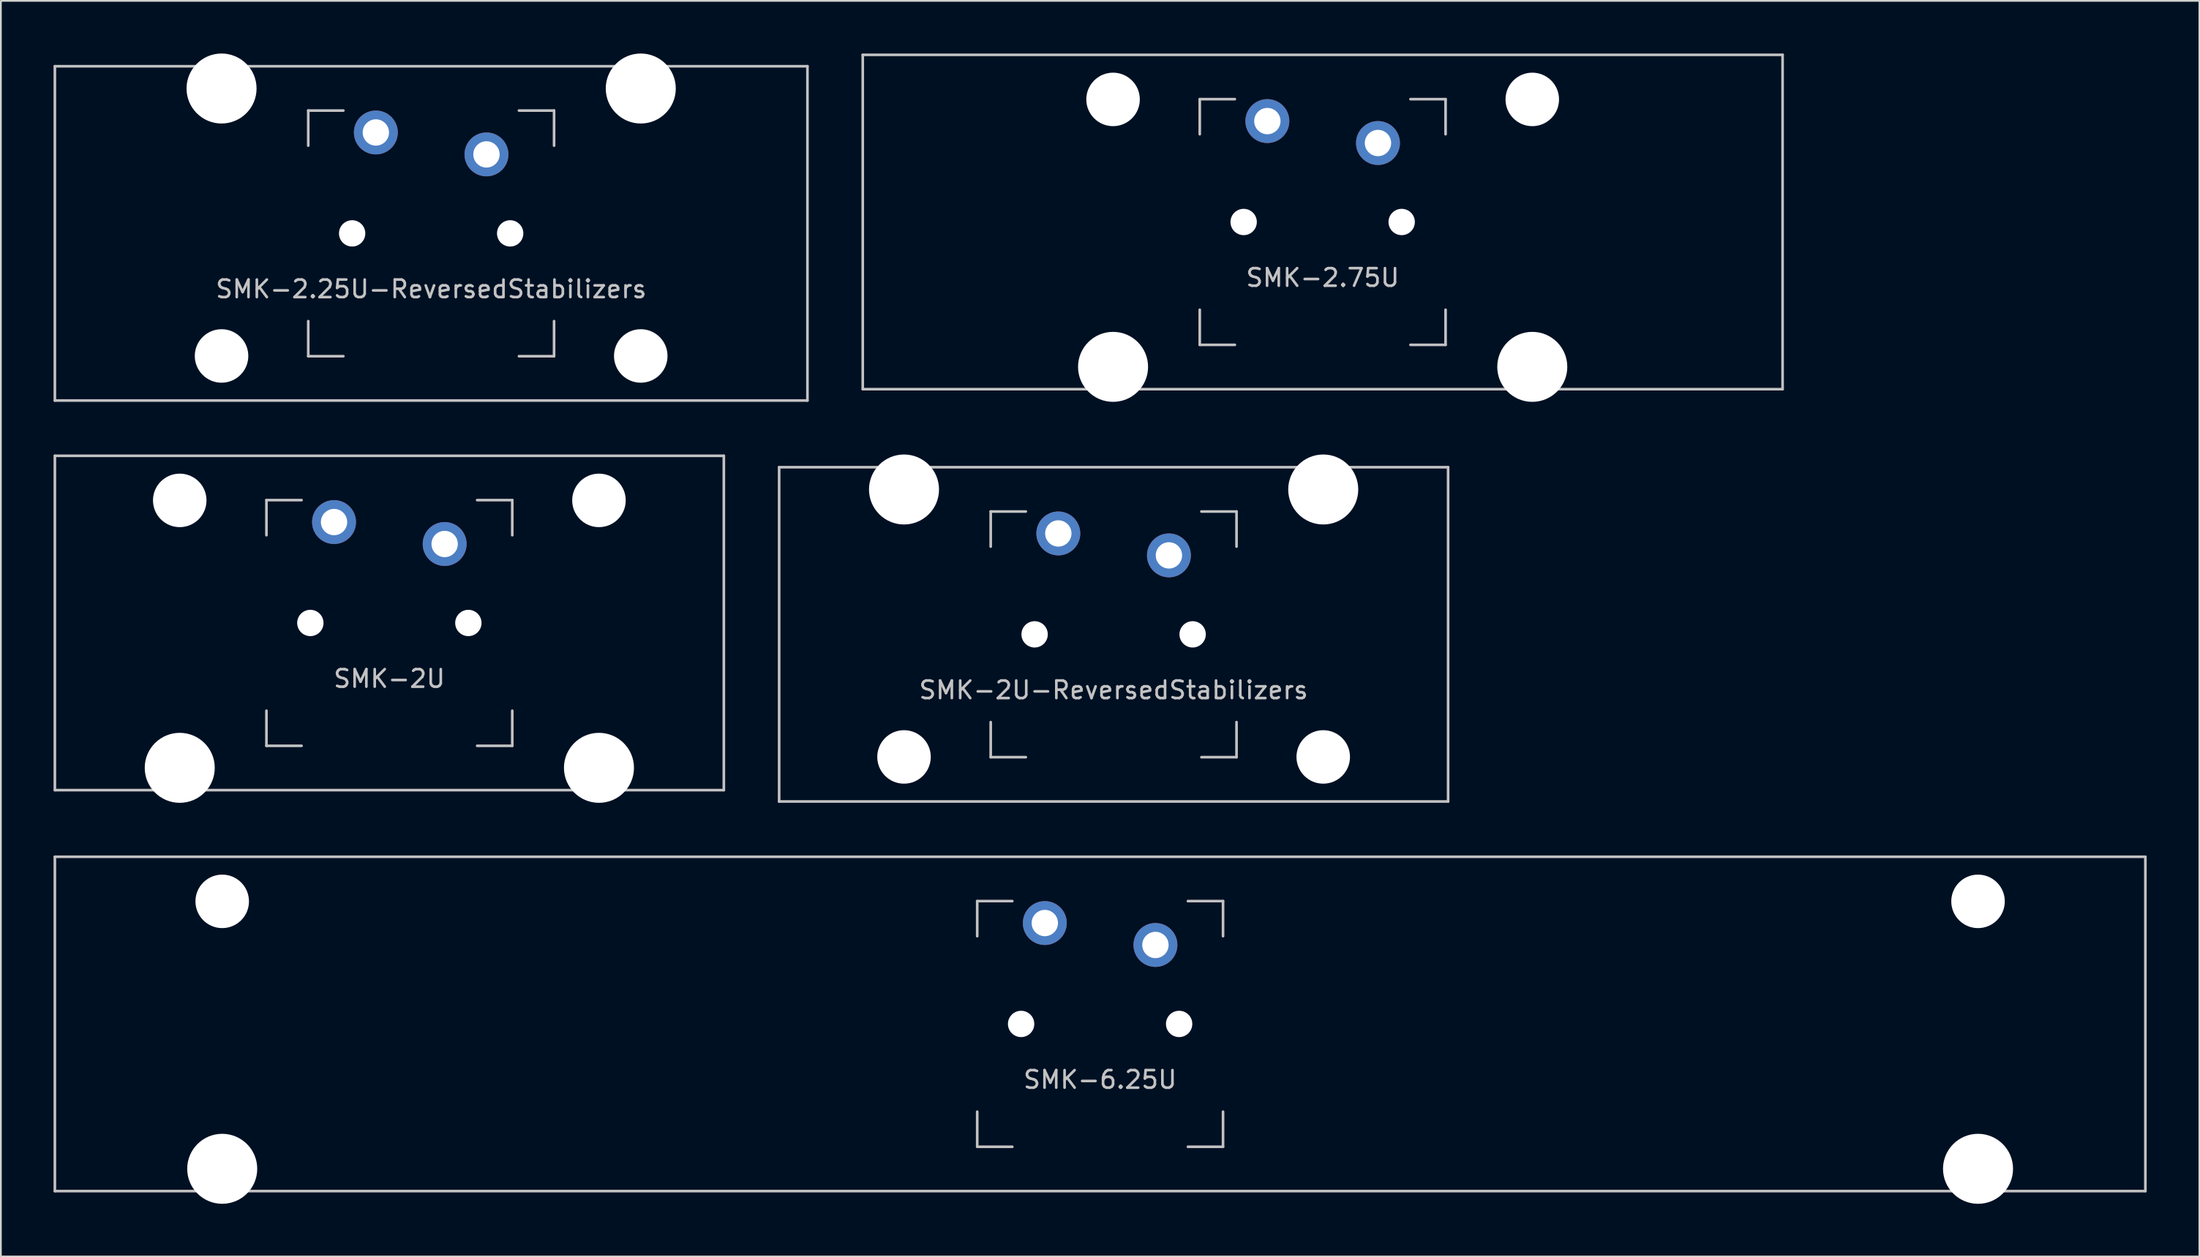
<source format=kicad_pcb>
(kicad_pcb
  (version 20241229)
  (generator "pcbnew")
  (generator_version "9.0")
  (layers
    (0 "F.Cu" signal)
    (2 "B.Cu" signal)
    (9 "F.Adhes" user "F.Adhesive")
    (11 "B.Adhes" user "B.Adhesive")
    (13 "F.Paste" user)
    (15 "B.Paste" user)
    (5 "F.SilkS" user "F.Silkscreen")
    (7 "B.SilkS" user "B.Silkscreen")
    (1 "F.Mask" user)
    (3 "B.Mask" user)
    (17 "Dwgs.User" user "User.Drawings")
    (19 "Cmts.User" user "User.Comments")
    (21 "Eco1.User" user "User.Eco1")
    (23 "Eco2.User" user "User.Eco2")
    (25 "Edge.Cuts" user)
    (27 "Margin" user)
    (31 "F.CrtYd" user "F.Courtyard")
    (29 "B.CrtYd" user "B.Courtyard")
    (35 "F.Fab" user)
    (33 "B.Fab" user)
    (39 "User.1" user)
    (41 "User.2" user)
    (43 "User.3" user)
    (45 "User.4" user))
  (footprint "SMK-6.25U"
    (layer "F.Cu")
    (at 59.606 55.298)
    (property "Reference" "SMK-6.25U" (at 0 3.175 0) (layer "Dwgs.User") (effects (font (size 1 1) (thickness 0.15))))
    (attr through_hole)
    (fp_line (start -59.531 -9.525) (end 59.531 -9.525) (stroke (width 0.15) (type solid)) (layer "Dwgs.User"))
    (fp_line (start -59.531 9.525) (end -59.531 -9.525) (stroke (width 0.15) (type solid)) (layer "Dwgs.User"))
    (fp_line (start -59.531 9.525) (end 59.531 9.525) (stroke (width 0.15) (type solid)) (layer "Dwgs.User"))
    (fp_line (start -7 -7) (end -7 -5) (stroke (width 0.15) (type solid)) (layer "Dwgs.User"))
    (fp_line (start -7 5) (end -7 7) (stroke (width 0.15) (type solid)) (layer "Dwgs.User"))
    (fp_line (start -7 7) (end -5 7) (stroke (width 0.15) (type solid)) (layer "Dwgs.User"))
    (fp_line (start -5 -7) (end -7 -7) (stroke (width 0.15) (type solid)) (layer "Dwgs.User"))
    (fp_line (start 5 -7) (end 7 -7) (stroke (width 0.15) (type solid)) (layer "Dwgs.User"))
    (fp_line (start 5 7) (end 7 7) (stroke (width 0.15) (type solid)) (layer "Dwgs.User"))
    (fp_line (start 7 -7) (end 7 -5) (stroke (width 0.15) (type solid)) (layer "Dwgs.User"))
    (fp_line (start 7 7) (end 7 5) (stroke (width 0.15) (type solid)) (layer "Dwgs.User"))
    (fp_line (start 59.531 -9.525) (end 59.531 9.525) (stroke (width 0.15) (type solid)) (layer "Dwgs.User"))
    (pad "" np_thru_hole circle (at -50 -6.985) (size 3.048 3.048) (drill 3.048) (layers "*.Cu" "*.Mask"))
    (pad "" np_thru_hole circle (at -50 8.255) (size 3.988 3.988) (drill 3.988) (layers "*.Cu" "*.Mask"))
    (pad "" np_thru_hole circle (at -4.5 0) (size 1.5 1.5) (drill 1.5) (layers "*.Cu" "*.Mask"))
    (pad "" np_thru_hole circle (at 4.5 0) (size 1.5 1.5) (drill 1.5) (layers "*.Cu" "*.Mask"))
    (pad "" np_thru_hole circle (at 50 -6.985) (size 3.048 3.048) (drill 3.048) (layers "*.Cu" "*.Mask"))
    (pad "" np_thru_hole circle (at 50 8.255) (size 3.988 3.988) (drill 3.988) (layers "*.Cu" "*.Mask"))
    (pad "SW1" thru_hole circle (at -3.15 -5.75) (size 2.5 2.5) (drill 1.5) (layers "*.Cu" "*.Mask"))
    (pad "SW2" thru_hole circle (at 3.15 -4.5) (size 2.5 2.5) (drill 1.5) (layers "*.Cu" "*.Mask")))
  (footprint "SMK-2U"
    (layer "F.Cu")
    (at 19.125 32.449)
    (property "Reference" "SMK-2U" (at 0 3.175 0) (layer "Dwgs.User") (effects (font (size 1 1) (thickness 0.15))))
    (attr through_hole)
    (fp_line (start -19.05 -9.525) (end 19.05 -9.525) (stroke (width 0.15) (type solid)) (layer "Dwgs.User"))
    (fp_line (start -19.05 9.525) (end -19.05 -9.525) (stroke (width 0.15) (type solid)) (layer "Dwgs.User"))
    (fp_line (start -19.05 9.525) (end 19.05 9.525) (stroke (width 0.15) (type solid)) (layer "Dwgs.User"))
    (fp_line (start -7 -7) (end -7 -5) (stroke (width 0.15) (type solid)) (layer "Dwgs.User"))
    (fp_line (start -7 5) (end -7 7) (stroke (width 0.15) (type solid)) (layer "Dwgs.User"))
    (fp_line (start -7 7) (end -5 7) (stroke (width 0.15) (type solid)) (layer "Dwgs.User"))
    (fp_line (start -5 -7) (end -7 -7) (stroke (width 0.15) (type solid)) (layer "Dwgs.User"))
    (fp_line (start 5 -7) (end 7 -7) (stroke (width 0.15) (type solid)) (layer "Dwgs.User"))
    (fp_line (start 5 7) (end 7 7) (stroke (width 0.15) (type solid)) (layer "Dwgs.User"))
    (fp_line (start 7 -7) (end 7 -5) (stroke (width 0.15) (type solid)) (layer "Dwgs.User"))
    (fp_line (start 7 7) (end 7 5) (stroke (width 0.15) (type solid)) (layer "Dwgs.User"))
    (fp_line (start 19.05 -9.525) (end 19.05 9.525) (stroke (width 0.15) (type solid)) (layer "Dwgs.User"))
    (pad "" np_thru_hole circle (at -11.938 -6.985) (size 3.048 3.048) (drill 3.048) (layers "*.Cu" "*.Mask"))
    (pad "" np_thru_hole circle (at -11.938 8.255) (size 3.988 3.988) (drill 3.988) (layers "*.Cu" "*.Mask"))
    (pad "" np_thru_hole circle (at -4.5 0) (size 1.5 1.5) (drill 1.5) (layers "*.Cu" "*.Mask"))
    (pad "" np_thru_hole circle (at 4.5 0) (size 1.5 1.5) (drill 1.5) (layers "*.Cu" "*.Mask"))
    (pad "" np_thru_hole circle (at 11.938 -6.985) (size 3.048 3.048) (drill 3.048) (layers "*.Cu" "*.Mask"))
    (pad "" np_thru_hole circle (at 11.938 8.255) (size 3.988 3.988) (drill 3.988) (layers "*.Cu" "*.Mask"))
    (pad "SW1" thru_hole circle (at -3.15 -5.75) (size 2.5 2.5) (drill 1.5) (layers "*.Cu" "*.Mask"))
    (pad "SW2" thru_hole circle (at 3.15 -4.5) (size 2.5 2.5) (drill 1.5) (layers "*.Cu" "*.Mask")))
  (footprint "SMK-2.25U-ReversedStabilizers"
    (layer "F.Cu")
    (at 21.506 10.249)
    (property "Reference" "SMK-2.25U-ReversedStabilizers" (at 0 3.175 0) (layer "Dwgs.User") (effects (font (size 1 1) (thickness 0.15))))
    (attr through_hole)
    (fp_line (start -21.431 -9.525) (end 21.431 -9.525) (stroke (width 0.15) (type solid)) (layer "Dwgs.User"))
    (fp_line (start -21.431 9.525) (end -21.431 -9.525) (stroke (width 0.15) (type solid)) (layer "Dwgs.User"))
    (fp_line (start -21.431 9.525) (end 21.431 9.525) (stroke (width 0.15) (type solid)) (layer "Dwgs.User"))
    (fp_line (start -7 -7) (end -7 -5) (stroke (width 0.15) (type solid)) (layer "Dwgs.User"))
    (fp_line (start -7 5) (end -7 7) (stroke (width 0.15) (type solid)) (layer "Dwgs.User"))
    (fp_line (start -7 7) (end -5 7) (stroke (width 0.15) (type solid)) (layer "Dwgs.User"))
    (fp_line (start -5 -7) (end -7 -7) (stroke (width 0.15) (type solid)) (layer "Dwgs.User"))
    (fp_line (start 5 -7) (end 7 -7) (stroke (width 0.15) (type solid)) (layer "Dwgs.User"))
    (fp_line (start 5 7) (end 7 7) (stroke (width 0.15) (type solid)) (layer "Dwgs.User"))
    (fp_line (start 7 -7) (end 7 -5) (stroke (width 0.15) (type solid)) (layer "Dwgs.User"))
    (fp_line (start 7 7) (end 7 5) (stroke (width 0.15) (type solid)) (layer "Dwgs.User"))
    (fp_line (start 21.431 -9.525) (end 21.431 9.525) (stroke (width 0.15) (type solid)) (layer "Dwgs.User"))
    (pad "" np_thru_hole circle (at -11.938 -8.255) (size 3.988 3.988) (drill 3.988) (layers "*.Cu" "*.Mask"))
    (pad "" np_thru_hole circle (at -11.938 6.985) (size 3.048 3.048) (drill 3.048) (layers "*.Cu" "*.Mask"))
    (pad "" np_thru_hole circle (at -4.5 0) (size 1.5 1.5) (drill 1.5) (layers "*.Cu" "*.Mask"))
    (pad "" np_thru_hole circle (at 4.5 0) (size 1.5 1.5) (drill 1.5) (layers "*.Cu" "*.Mask"))
    (pad "" np_thru_hole circle (at 11.938 -8.255) (size 3.988 3.988) (drill 3.988) (layers "*.Cu" "*.Mask"))
    (pad "" np_thru_hole circle (at 11.938 6.985) (size 3.048 3.048) (drill 3.048) (layers "*.Cu" "*.Mask"))
    (pad "SW1" thru_hole circle (at -3.15 -5.75) (size 2.5 2.5) (drill 1.5) (layers "*.Cu" "*.Mask"))
    (pad "SW2" thru_hole circle (at 3.15 -4.5) (size 2.5 2.5) (drill 1.5) (layers "*.Cu" "*.Mask")))
  (footprint "SMK-2U-ReversedStabilizers"
    (layer "F.Cu")
    (at 60.375 33.098)
    (property "Reference" "SMK-2U-ReversedStabilizers" (at 0 3.175 0) (layer "Dwgs.User") (effects (font (size 1 1) (thickness 0.15))))
    (attr through_hole)
    (fp_line (start -19.05 -9.525) (end 19.05 -9.525) (stroke (width 0.15) (type solid)) (layer "Dwgs.User"))
    (fp_line (start -19.05 9.525) (end -19.05 -9.525) (stroke (width 0.15) (type solid)) (layer "Dwgs.User"))
    (fp_line (start -19.05 9.525) (end 19.05 9.525) (stroke (width 0.15) (type solid)) (layer "Dwgs.User"))
    (fp_line (start -7 -7) (end -7 -5) (stroke (width 0.15) (type solid)) (layer "Dwgs.User"))
    (fp_line (start -7 5) (end -7 7) (stroke (width 0.15) (type solid)) (layer "Dwgs.User"))
    (fp_line (start -7 7) (end -5 7) (stroke (width 0.15) (type solid)) (layer "Dwgs.User"))
    (fp_line (start -5 -7) (end -7 -7) (stroke (width 0.15) (type solid)) (layer "Dwgs.User"))
    (fp_line (start 5 -7) (end 7 -7) (stroke (width 0.15) (type solid)) (layer "Dwgs.User"))
    (fp_line (start 5 7) (end 7 7) (stroke (width 0.15) (type solid)) (layer "Dwgs.User"))
    (fp_line (start 7 -7) (end 7 -5) (stroke (width 0.15) (type solid)) (layer "Dwgs.User"))
    (fp_line (start 7 7) (end 7 5) (stroke (width 0.15) (type solid)) (layer "Dwgs.User"))
    (fp_line (start 19.05 -9.525) (end 19.05 9.525) (stroke (width 0.15) (type solid)) (layer "Dwgs.User"))
    (pad "" np_thru_hole circle (at -11.938 -8.255) (size 3.988 3.988) (drill 3.988) (layers "*.Cu" "*.Mask"))
    (pad "" np_thru_hole circle (at -11.938 6.985) (size 3.048 3.048) (drill 3.048) (layers "*.Cu" "*.Mask"))
    (pad "" np_thru_hole circle (at -4.5 0) (size 1.5 1.5) (drill 1.5) (layers "*.Cu" "*.Mask"))
    (pad "" np_thru_hole circle (at 4.5 0) (size 1.5 1.5) (drill 1.5) (layers "*.Cu" "*.Mask"))
    (pad "" np_thru_hole circle (at 11.938 -8.255) (size 3.988 3.988) (drill 3.988) (layers "*.Cu" "*.Mask"))
    (pad "" np_thru_hole circle (at 11.938 6.985) (size 3.048 3.048) (drill 3.048) (layers "*.Cu" "*.Mask"))
    (pad "SW1" thru_hole circle (at -3.15 -5.75) (size 2.5 2.5) (drill 1.5) (layers "*.Cu" "*.Mask"))
    (pad "SW2" thru_hole circle (at 3.15 -4.5) (size 2.5 2.5) (drill 1.5) (layers "*.Cu" "*.Mask")))
  (footprint "SMK-2.75U"
    (layer "F.Cu")
    (at 72.281 9.6)
    (property "Reference" "SMK-2.75U" (at 0 3.175 0) (layer "Dwgs.User") (effects (font (size 1 1) (thickness 0.15))))
    (attr through_hole)
    (fp_line (start -26.194 -9.525) (end 26.194 -9.525) (stroke (width 0.15) (type solid)) (layer "Dwgs.User"))
    (fp_line (start -26.194 9.525) (end -26.194 -9.525) (stroke (width 0.15) (type solid)) (layer "Dwgs.User"))
    (fp_line (start -26.194 9.525) (end 26.194 9.525) (stroke (width 0.15) (type solid)) (layer "Dwgs.User"))
    (fp_line (start -7 -7) (end -7 -5) (stroke (width 0.15) (type solid)) (layer "Dwgs.User"))
    (fp_line (start -7 5) (end -7 7) (stroke (width 0.15) (type solid)) (layer "Dwgs.User"))
    (fp_line (start -7 7) (end -5 7) (stroke (width 0.15) (type solid)) (layer "Dwgs.User"))
    (fp_line (start -5 -7) (end -7 -7) (stroke (width 0.15) (type solid)) (layer "Dwgs.User"))
    (fp_line (start 5 -7) (end 7 -7) (stroke (width 0.15) (type solid)) (layer "Dwgs.User"))
    (fp_line (start 5 7) (end 7 7) (stroke (width 0.15) (type solid)) (layer "Dwgs.User"))
    (fp_line (start 7 -7) (end 7 -5) (stroke (width 0.15) (type solid)) (layer "Dwgs.User"))
    (fp_line (start 7 7) (end 7 5) (stroke (width 0.15) (type solid)) (layer "Dwgs.User"))
    (fp_line (start 26.194 -9.525) (end 26.194 9.525) (stroke (width 0.15) (type solid)) (layer "Dwgs.User"))
    (pad "" np_thru_hole circle (at -11.938 -6.985) (size 3.048 3.048) (drill 3.048) (layers "*.Cu" "*.Mask"))
    (pad "" np_thru_hole circle (at -11.938 8.255) (size 3.988 3.988) (drill 3.988) (layers "*.Cu" "*.Mask"))
    (pad "" np_thru_hole circle (at -4.5 0) (size 1.5 1.5) (drill 1.5) (layers "*.Cu" "*.Mask"))
    (pad "" np_thru_hole circle (at 4.5 0) (size 1.5 1.5) (drill 1.5) (layers "*.Cu" "*.Mask"))
    (pad "" np_thru_hole circle (at 11.938 -6.985) (size 3.048 3.048) (drill 3.048) (layers "*.Cu" "*.Mask"))
    (pad "" np_thru_hole circle (at 11.938 8.255) (size 3.988 3.988) (drill 3.988) (layers "*.Cu" "*.Mask"))
    (pad "SW1" thru_hole circle (at -3.15 -5.75) (size 2.5 2.5) (drill 1.5) (layers "*.Cu" "*.Mask"))
    (pad "SW2" thru_hole circle (at 3.15 -4.5) (size 2.5 2.5) (drill 1.5) (layers "*.Cu" "*.Mask")))
  (gr_rect
    (start -3 -3)
    (end 122.213 68.547)
    (stroke (width 0.1) (type default))
    (fill no)
    (layer "Edge.Cuts")))
</source>
